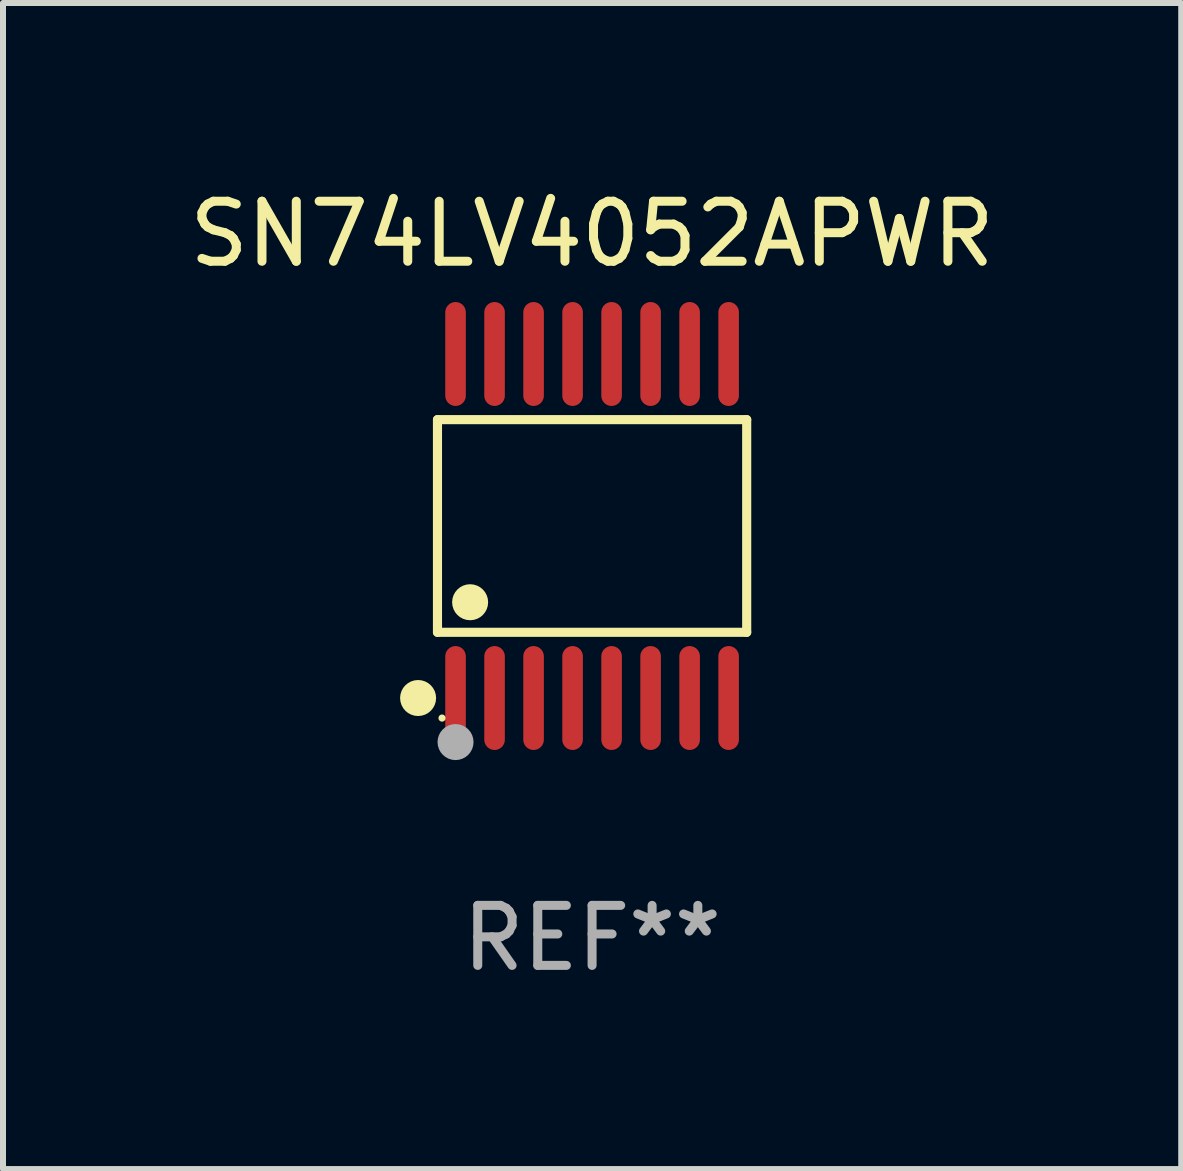
<source format=kicad_pcb>
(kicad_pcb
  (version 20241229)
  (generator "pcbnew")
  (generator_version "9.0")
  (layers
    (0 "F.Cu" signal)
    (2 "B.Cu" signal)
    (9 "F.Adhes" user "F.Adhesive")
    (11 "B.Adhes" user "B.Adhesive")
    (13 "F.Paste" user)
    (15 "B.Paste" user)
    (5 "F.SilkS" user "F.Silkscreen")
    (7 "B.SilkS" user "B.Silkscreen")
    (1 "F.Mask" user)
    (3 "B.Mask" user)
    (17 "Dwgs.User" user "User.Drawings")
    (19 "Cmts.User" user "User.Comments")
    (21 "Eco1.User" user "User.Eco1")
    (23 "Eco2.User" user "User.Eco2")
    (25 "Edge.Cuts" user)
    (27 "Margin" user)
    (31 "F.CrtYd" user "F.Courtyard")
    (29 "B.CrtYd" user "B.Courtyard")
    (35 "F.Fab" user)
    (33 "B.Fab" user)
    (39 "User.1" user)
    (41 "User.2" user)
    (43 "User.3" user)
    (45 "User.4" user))
  (footprint "SN74LV4052APWR"
    (layer "F.Cu")
    (at 6.815 5.714)
    (property "Reference" "SN74LV4052APWR" (at 0 -4.866 0) (layer "F.SilkS") (effects (font (size 1 1) (thickness 0.15))))
    (attr through_hole)
    (fp_line (start -2.576 -1.772) (end 2.576 -1.772) (stroke (width 0.152) (type solid)) (layer "F.SilkS"))
    (fp_line (start -2.576 1.771) (end -2.576 -1.772) (stroke (width 0.152) (type solid)) (layer "F.SilkS"))
    (fp_line (start 2.576 -1.772) (end 2.576 1.771) (stroke (width 0.152) (type solid)) (layer "F.SilkS"))
    (fp_line (start 2.576 1.771) (end -2.576 1.771) (stroke (width 0.152) (type solid)) (layer "F.SilkS"))
    (fp_circle (center -2.899 2.866) (end -2.749 2.866) (stroke (width 0.3) (type solid)) (fill no) (layer "F.SilkS"))
    (fp_circle (center -2.5 3.2) (end -2.47 3.2) (stroke (width 0.06) (type solid)) (fill no) (layer "F.SilkS"))
    (fp_circle (center -2.032 1.27) (end -1.882 1.27) (stroke (width 0.3) (type solid)) (fill no) (layer "F.SilkS"))
    (fp_circle (center -2.275 3.6) (end -2.125 3.6) (stroke (width 0.3) (type solid)) (fill no) (layer "F.Fab"))
    (fp_text user "REF**" (at 0 6.866 0) (layer "F.Fab") (effects (font (size 1 1) (thickness 0.15))))
    (pad "1" smd oval (at -2.275 2.866) (size 0.343 1.731) (layers "F.Cu" "F.Mask" "F.Paste"))
    (pad "2" smd oval (at -1.625 2.866) (size 0.343 1.731) (layers "F.Cu" "F.Mask" "F.Paste"))
    (pad "3" smd oval (at -0.975 2.866) (size 0.343 1.731) (layers "F.Cu" "F.Mask" "F.Paste"))
    (pad "4" smd oval (at -0.325 2.866) (size 0.343 1.731) (layers "F.Cu" "F.Mask" "F.Paste"))
    (pad "5" smd oval (at 0.325 2.866) (size 0.343 1.731) (layers "F.Cu" "F.Mask" "F.Paste"))
    (pad "6" smd oval (at 0.975 2.866) (size 0.343 1.731) (layers "F.Cu" "F.Mask" "F.Paste"))
    (pad "7" smd oval (at 1.625 2.866) (size 0.343 1.731) (layers "F.Cu" "F.Mask" "F.Paste"))
    (pad "8" smd oval (at 2.275 2.866) (size 0.343 1.731) (layers "F.Cu" "F.Mask" "F.Paste"))
    (pad "9" smd oval (at 2.275 -2.866) (size 0.343 1.731) (layers "F.Cu" "F.Mask" "F.Paste"))
    (pad "10" smd oval (at 1.625 -2.866) (size 0.343 1.731) (layers "F.Cu" "F.Mask" "F.Paste"))
    (pad "11" smd oval (at 0.975 -2.866) (size 0.343 1.731) (layers "F.Cu" "F.Mask" "F.Paste"))
    (pad "12" smd oval (at 0.325 -2.866) (size 0.343 1.731) (layers "F.Cu" "F.Mask" "F.Paste"))
    (pad "13" smd oval (at -0.325 -2.866) (size 0.343 1.731) (layers "F.Cu" "F.Mask" "F.Paste"))
    (pad "14" smd oval (at -0.975 -2.866) (size 0.343 1.731) (layers "F.Cu" "F.Mask" "F.Paste"))
    (pad "15" smd oval (at -1.625 -2.866) (size 0.343 1.731) (layers "F.Cu" "F.Mask" "F.Paste"))
    (pad "16" smd oval (at -2.275 -2.866) (size 0.343 1.731) (layers "F.Cu" "F.Mask" "F.Paste")))
  (gr_rect
    (start -3 -3)
    (end 16.631 16.428)
    (stroke (width 0.1) (type default))
    (fill no)
    (layer "Edge.Cuts")))
</source>
